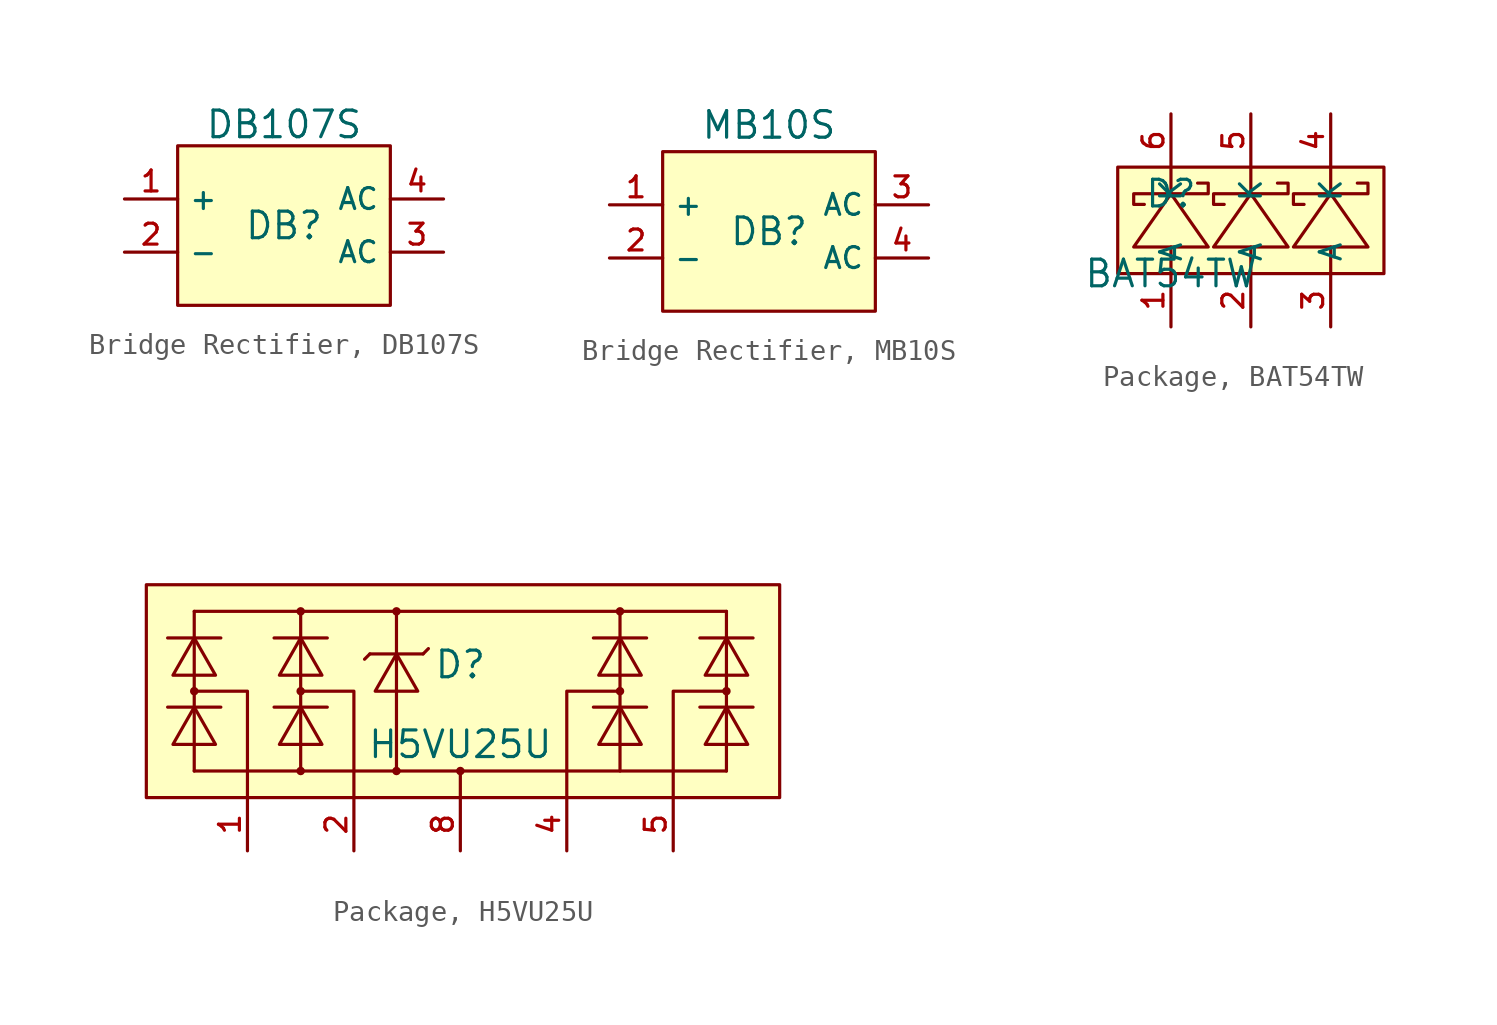
<source format=kicad_sym>
(kicad_symbol_lib
  (version 20231120)
  (generator "kicad_symbol_editor")
  (generator_version "8.0")
  (symbol "Bridge Rectifier, DB107S"
    (property "Reference" "DB"
      (at 0 1.27 0)
      (effects (font (size 1.27 1.27))))
    (property "Value" "DB107S"
      (at 0 6.096 0)
      (effects (font (size 1.27 1.27))))
    (symbol "Bridge Rectifier, DB107S_0_1"
      (rectangle (start -5.08 5.08) (end 5.08 -2.54) (stroke (width 0) (type default)) (fill (type background)))
      (pin unspecified line (at -7.62 2.54 0) (length 2.54) (name "+" (effects (font (size 1 1)))) (number "1" (effects (font (size 1 1)))))
      (pin unspecified line (at -7.62 0 0) (length 2.54) (name "-" (effects (font (size 1 1)))) (number "2" (effects (font (size 1 1)))))
      (pin unspecified line (at 7.62 0 180) (length 2.54) (name "AC" (effects (font (size 1 1)))) (number "3" (effects (font (size 1 1)))))
      (pin unspecified line (at 7.62 2.54 180) (length 2.54) (name "AC" (effects (font (size 1 1)))) (number "4" (effects (font (size 1 1)))))))
  (symbol "Bridge Rectifier, MB10S"
    (property "Reference" "DB"
      (at 0 1.27 0)
      (effects (font (size 1.27 1.27))))
    (property "Value" "MB10S"
      (at 0 6.35 0)
      (effects (font (size 1.27 1.27))))
    (symbol "Bridge Rectifier, MB10S_0_1"
      (pin power_out line (at -7.62 2.54 0) (length 2.54) (name "+" (effects (font (size 1 1)))) (number "1" (effects (font (size 1 1)))))
      (pin power_out line (at -7.62 0 0) (length 2.54) (name "-" (effects (font (size 1 1)))) (number "2" (effects (font (size 1 1)))))
      (pin power_in line (at 7.62 2.54 180) (length 2.54) (name "AC" (effects (font (size 1 1)))) (number "3" (effects (font (size 1 1)))))
      (pin power_in line (at 7.62 0 180) (length 2.54) (name "AC" (effects (font (size 1 1)))) (number "4" (effects (font (size 1 1))))))
    (symbol "Bridge Rectifier, MB10S_1_1"
      (rectangle (start -5.08 5.08) (end 5.08 -2.54) (stroke (width 0) (type default)) (fill (type background)))))
  (symbol "Package, BAT54TW"
    (property "Reference" "D"
      (at 0 1.27 0)
      (effects (font (size 1.27 1.27))))
    (property "Value" "BAT54TW"
      (at 0 -2.54 0)
      (effects (font (size 1.27 1.27))))
    (symbol "Package, BAT54TW_0_1"
      (rectangle (start -2.54 2.54) (end 10.16 -2.54) (stroke (width 0) (type default)) (fill (type background)))
      (polyline (pts (xy 0 -2.54) (xy 0 -1.27)) (stroke (width 0) (type default)) (fill (type none)))
      (polyline (pts (xy 0 1.27) (xy 0 2.54)) (stroke (width 0) (type default)) (fill (type none)))
      (polyline (pts (xy 3.81 -2.54) (xy 3.81 -1.27)) (stroke (width 0) (type default)) (fill (type none)))
      (polyline (pts (xy 3.81 1.27) (xy 3.81 2.54)) (stroke (width 0) (type default)) (fill (type none)))
      (polyline (pts (xy 7.62 -2.54) (xy 7.62 -1.27)) (stroke (width 0) (type default)) (fill (type none)))
      (polyline (pts (xy 7.62 1.27) (xy 7.62 2.54)) (stroke (width 0) (type default)) (fill (type none)))
      (polyline (pts (xy 1.778 -1.27) (xy 0 1.27) (xy -1.778 -1.27) (xy 1.778 -1.27)) (stroke (width 0) (type default)) (fill (type background)))
      (polyline (pts (xy 5.588 -1.27) (xy 3.81 1.27) (xy 2.032 -1.27) (xy 5.588 -1.27)) (stroke (width 0) (type default)) (fill (type background)))
      (polyline (pts (xy 9.398 -1.27) (xy 7.62 1.27) (xy 5.842 -1.27) (xy 9.398 -1.27)) (stroke (width 0) (type default)) (fill (type background)))
      (polyline (pts (xy 1.27 1.778) (xy 1.778 1.778) (xy 1.778 1.27) (xy -1.778 1.27) (xy -1.778 0.762) (xy -1.27 0.762)) (stroke (width 0) (type default)) (fill (type none)))
      (polyline (pts (xy 5.08 1.778) (xy 5.588 1.778) (xy 5.588 1.27) (xy 2.032 1.27) (xy 2.032 0.762) (xy 2.54 0.762)) (stroke (width 0) (type default)) (fill (type none)))
      (polyline (pts (xy 8.89 1.778) (xy 9.398 1.778) (xy 9.398 1.27) (xy 5.842 1.27) (xy 5.842 0.762) (xy 6.35 0.762)) (stroke (width 0) (type default)) (fill (type none)))
      (pin unspecified line (at 0 -5.08 90) (length 2.54) (name "A" (effects (font (size 1 1)))) (number "1" (effects (font (size 1 1)))))
      (pin unspecified line (at 3.81 -5.08 90) (length 2.54) (name "A" (effects (font (size 1 1)))) (number "2" (effects (font (size 1 1)))))
      (pin unspecified line (at 7.62 -5.08 90) (length 2.54) (name "A" (effects (font (size 1 1)))) (number "3" (effects (font (size 1 1)))))
      (pin unspecified line (at 7.62 5.08 270) (length 2.54) (name "K" (effects (font (size 1 1)))) (number "4" (effects (font (size 1 1)))))
      (pin unspecified line (at 3.81 5.08 270) (length 2.54) (name "K" (effects (font (size 1 1)))) (number "5" (effects (font (size 1 1)))))
      (pin unspecified line (at 0 5.08 270) (length 2.54) (name "K" (effects (font (size 1 1)))) (number "6" (effects (font (size 1 1)))))))
  (symbol "Package, H5VU25U"
    (pin_names hide)
    (property "Reference" "D"
      (at 0 1.27 0)
      (effects (font (size 1.27 1.27))))
    (property "Value" "H5VU25U"
      (at 0 -2.54 0)
      (effects (font (size 1.27 1.27))))
    (symbol "Package, H5VU25U_0_1"
      (rectangle (start -14.986 5.08) (end 15.24 -5.08) (stroke (width 0) (type default)) (fill (type background)))
      (circle (center -12.7 0) (radius 0.127) (stroke (width 0) (type default)) (fill (type background)))
      (circle (center -7.62 -3.81) (radius 0.127) (stroke (width 0) (type default)) (fill (type background)))
      (circle (center -7.62 0) (radius 0.127) (stroke (width 0) (type default)) (fill (type background)))
      (circle (center -7.62 3.81) (radius 0.127) (stroke (width 0) (type default)) (fill (type background)))
      (circle (center -3.048 -3.81) (radius 0.127) (stroke (width 0) (type default)) (fill (type background)))
      (circle (center -3.048 3.81) (radius 0.127) (stroke (width 0) (type default)) (fill (type background)))
      (circle (center 0 -3.81) (radius 0.127) (stroke (width 0) (type default)) (fill (type background)))
      (polyline (pts (xy -13.97 -0.762) (xy -11.43 -0.762)) (stroke (width 0) (type default)) (fill (type none)))
      (polyline (pts (xy -13.97 2.54) (xy -11.43 2.54)) (stroke (width 0) (type default)) (fill (type none)))
      (polyline (pts (xy -12.7 -3.81) (xy -12.7 3.81)) (stroke (width 0) (type default)) (fill (type none)))
      (polyline (pts (xy -12.7 -3.81) (xy 12.7 -3.81)) (stroke (width 0) (type default)) (fill (type none)))
      (polyline (pts (xy -12.7 3.81) (xy 12.7 3.81)) (stroke (width 0) (type default)) (fill (type none)))
      (polyline (pts (xy -10.16 -3.81) (xy -10.16 -5.08)) (stroke (width 0) (type default)) (fill (type none)))
      (polyline (pts (xy -8.89 -0.762) (xy -6.35 -0.762)) (stroke (width 0) (type default)) (fill (type none)))
      (polyline (pts (xy -8.89 2.54) (xy -6.35 2.54)) (stroke (width 0) (type default)) (fill (type none)))
      (polyline (pts (xy -7.62 -3.81) (xy -7.62 3.81)) (stroke (width 0) (type default)) (fill (type none)))
      (polyline (pts (xy -5.08 -3.81) (xy -5.08 -5.08)) (stroke (width 0) (type default)) (fill (type none)))
      (polyline (pts (xy -4.318 1.778) (xy -4.572 1.524)) (stroke (width 0) (type default)) (fill (type none)))
      (polyline (pts (xy -4.318 1.778) (xy -1.778 1.778)) (stroke (width 0) (type default)) (fill (type none)))
      (polyline (pts (xy -3.048 -3.81) (xy -3.048 3.81)) (stroke (width 0) (type default)) (fill (type none)))
      (polyline (pts (xy -1.778 1.778) (xy -1.524 2.032)) (stroke (width 0) (type default)) (fill (type none)))
      (polyline (pts (xy 0 -3.81) (xy 0 -5.08)) (stroke (width 0) (type default)) (fill (type none)))
      (polyline (pts (xy 5.08 -3.81) (xy 5.08 -5.08)) (stroke (width 0) (type default)) (fill (type none)))
      (polyline (pts (xy 6.35 -0.762) (xy 8.89 -0.762)) (stroke (width 0) (type default)) (fill (type none)))
      (polyline (pts (xy 6.35 2.54) (xy 8.89 2.54)) (stroke (width 0) (type default)) (fill (type none)))
      (polyline (pts (xy 7.62 -3.81) (xy 7.62 3.81)) (stroke (width 0) (type default)) (fill (type none)))
      (polyline (pts (xy 11.43 -0.762) (xy 13.97 -0.762)) (stroke (width 0) (type default)) (fill (type none)))
      (polyline (pts (xy 11.43 2.54) (xy 13.97 2.54)) (stroke (width 0) (type default)) (fill (type none)))
      (polyline (pts (xy 12.7 -3.81) (xy 12.7 3.81)) (stroke (width 0) (type default)) (fill (type none)))
      (polyline (pts (xy -12.7 0) (xy -10.16 0) (xy -10.16 -3.81)) (stroke (width 0) (type default)) (fill (type none)))
      (polyline (pts (xy -7.62 0) (xy -5.08 0) (xy -5.08 -3.81)) (stroke (width 0) (type default)) (fill (type none)))
      (polyline (pts (xy 7.62 0) (xy 5.08 0) (xy 5.08 -3.81)) (stroke (width 0) (type default)) (fill (type none)))
      (polyline (pts (xy 12.7 0) (xy 10.16 0) (xy 10.16 -5.08)) (stroke (width 0) (type default)) (fill (type none)))
      (polyline (pts (xy -13.716 -2.54) (xy -12.7 -0.762) (xy -11.684 -2.54) (xy -13.716 -2.54)) (stroke (width 0) (type default)) (fill (type background)))
      (polyline (pts (xy -13.716 0.762) (xy -12.7 2.54) (xy -11.684 0.762) (xy -13.716 0.762)) (stroke (width 0) (type default)) (fill (type background)))
      (polyline (pts (xy -8.636 -2.54) (xy -7.62 -0.762) (xy -6.604 -2.54) (xy -8.636 -2.54)) (stroke (width 0) (type default)) (fill (type background)))
      (polyline (pts (xy -8.636 0.762) (xy -7.62 2.54) (xy -6.604 0.762) (xy -8.636 0.762)) (stroke (width 0) (type default)) (fill (type background)))
      (polyline (pts (xy -4.064 0) (xy -3.048 1.778) (xy -2.032 0) (xy -4.064 0)) (stroke (width 0) (type default)) (fill (type background)))
      (polyline (pts (xy 6.604 -2.54) (xy 7.62 -0.762) (xy 8.636 -2.54) (xy 6.604 -2.54)) (stroke (width 0) (type default)) (fill (type background)))
      (polyline (pts (xy 6.604 0.762) (xy 7.62 2.54) (xy 8.636 0.762) (xy 6.604 0.762)) (stroke (width 0) (type default)) (fill (type background)))
      (polyline (pts (xy 11.684 -2.54) (xy 12.7 -0.762) (xy 13.716 -2.54) (xy 11.684 -2.54)) (stroke (width 0) (type default)) (fill (type background)))
      (polyline (pts (xy 11.684 0.762) (xy 12.7 2.54) (xy 13.716 0.762) (xy 11.684 0.762)) (stroke (width 0) (type default)) (fill (type background)))
      (circle (center 7.62 0) (radius 0.127) (stroke (width 0) (type default)) (fill (type background)))
      (circle (center 7.62 3.81) (radius 0.127) (stroke (width 0) (type default)) (fill (type background)))
      (circle (center 12.7 0) (radius 0.127) (stroke (width 0) (type default)) (fill (type background)))
      (pin unspecified line (at -10.16 -7.62 90) (length 2.54) (name "1" (effects (font (size 1 1)))) (number "1" (effects (font (size 1 1)))))
      (pin unspecified line (at -5.08 -7.62 90) (length 2.54) (name "2" (effects (font (size 1 1)))) (number "2" (effects (font (size 1 1)))))
      (pin unspecified line (at 5.08 -7.62 90) (length 2.54) (name "4" (effects (font (size 1 1)))) (number "4" (effects (font (size 1 1)))))
      (pin unspecified line (at 10.16 -7.62 90) (length 2.54) (name "5" (effects (font (size 1 1)))) (number "5" (effects (font (size 1 1)))))
      (pin unspecified line (at 0 -7.62 90) (length 2.54) (name "8" (effects (font (size 1 1)))) (number "8" (effects (font (size 1 1))))))
    (symbol "Package, H5VU25U_1_1"
      (pin unspecified line (at -10.16 7.62 270) (length 2.54) hide (name "10" (effects (font (size 1 1)))) (number "10" (effects (font (size 1 1)))))
      (pin unspecified line (at 0 -7.62 90) (length 2.54) hide (name "3" (effects (font (size 1 1)))) (number "3" (effects (font (size 1 1)))))
      (pin unspecified line (at 10.16 7.62 270) (length 2.54) hide (name "6" (effects (font (size 1 1)))) (number "6" (effects (font (size 1 1)))))
      (pin unspecified line (at 5.08 7.62 270) (length 2.54) hide (name "7" (effects (font (size 1 1)))) (number "7" (effects (font (size 1 1)))))
      (pin unspecified line (at -5.08 7.62 270) (length 2.54) hide (name "9" (effects (font (size 1 1)))) (number "9" (effects (font (size 1 1))))))))
</source>
